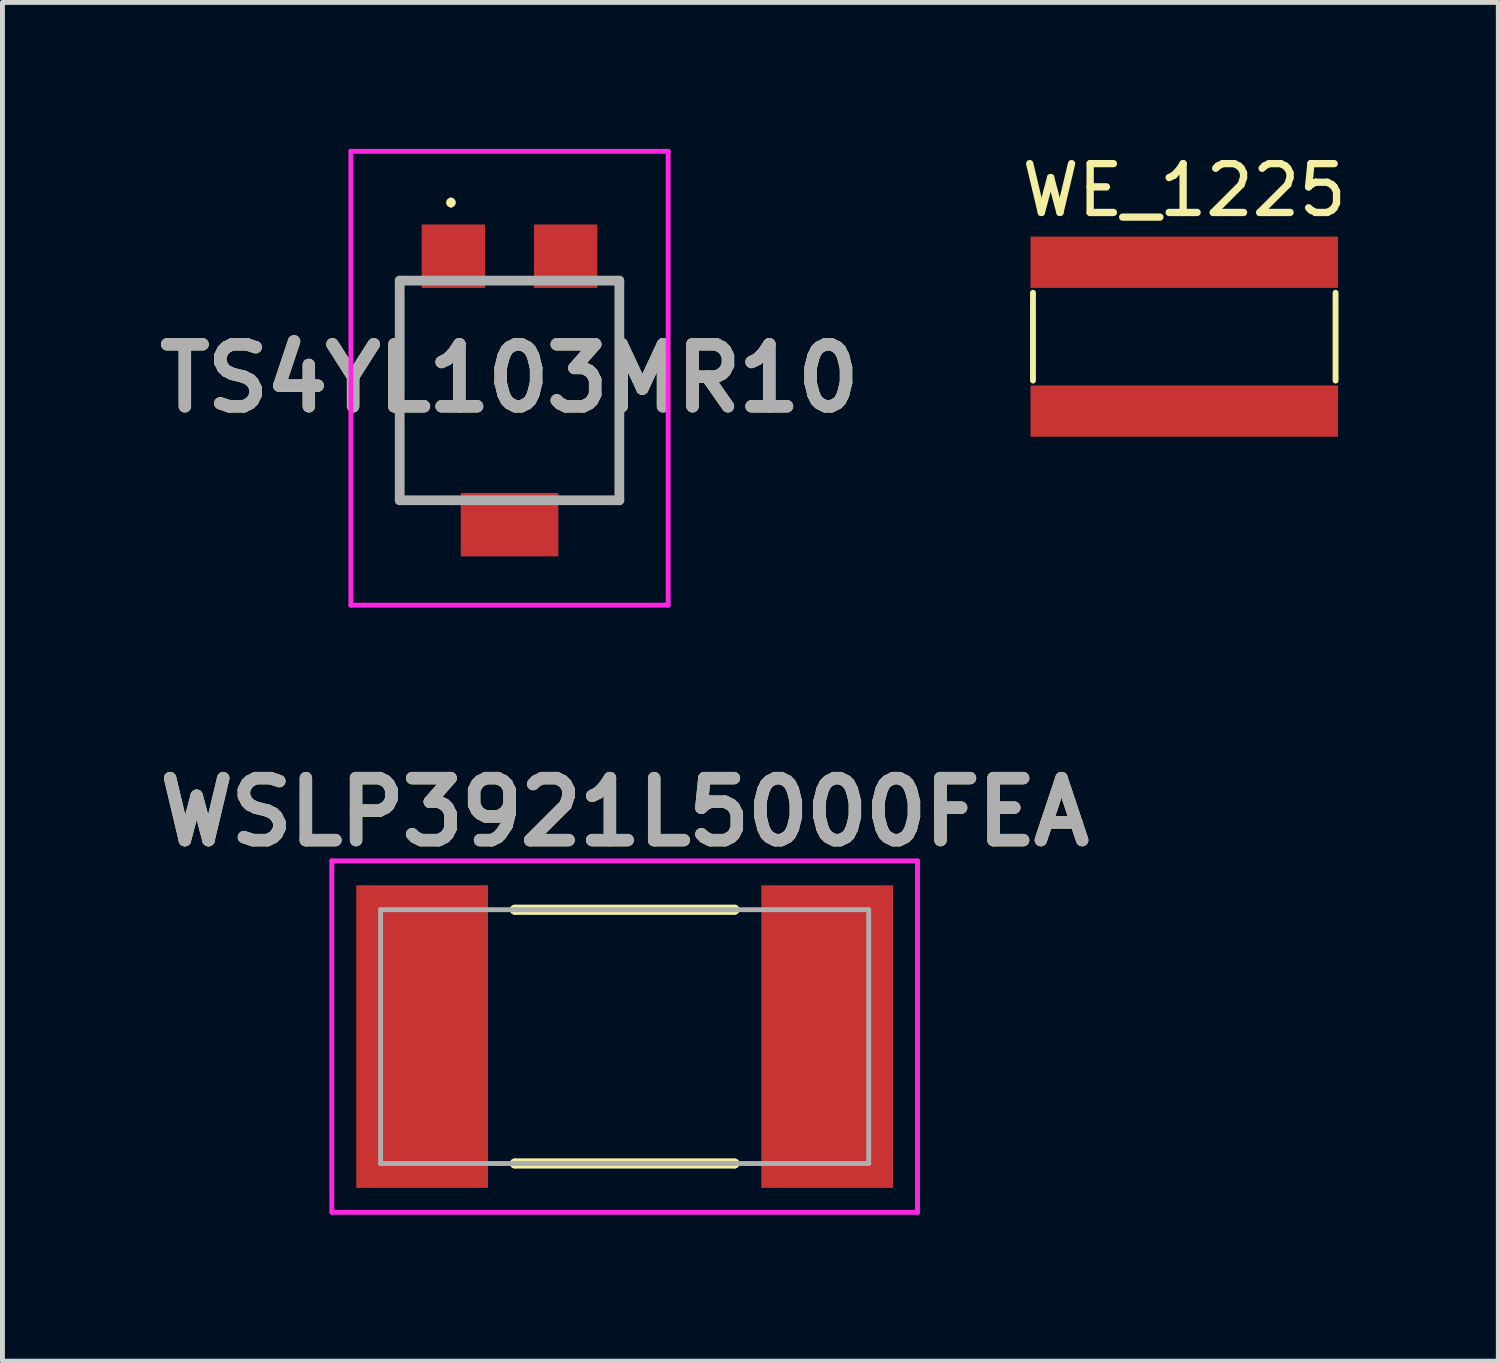
<source format=kicad_pcb>
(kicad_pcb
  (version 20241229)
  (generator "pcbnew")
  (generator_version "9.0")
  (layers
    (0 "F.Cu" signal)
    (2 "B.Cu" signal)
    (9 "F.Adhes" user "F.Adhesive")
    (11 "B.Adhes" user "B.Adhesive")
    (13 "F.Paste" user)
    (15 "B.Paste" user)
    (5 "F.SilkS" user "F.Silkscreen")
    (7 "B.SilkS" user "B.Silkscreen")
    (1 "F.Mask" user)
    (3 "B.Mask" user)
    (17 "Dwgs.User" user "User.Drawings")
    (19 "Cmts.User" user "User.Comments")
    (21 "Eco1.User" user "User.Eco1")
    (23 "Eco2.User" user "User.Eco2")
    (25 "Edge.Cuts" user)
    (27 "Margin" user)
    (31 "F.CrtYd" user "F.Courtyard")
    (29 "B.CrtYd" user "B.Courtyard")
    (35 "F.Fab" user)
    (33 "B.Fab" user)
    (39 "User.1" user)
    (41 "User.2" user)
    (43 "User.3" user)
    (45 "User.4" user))
  (footprint "WE_1225"
    (layer "F.Cu")
    (at 21.215 3.848)
    (property "Reference" "WE_1225" (at 0 -3 0) (unlocked yes) (layer "F.SilkS") (effects (font (size 1 1) (thickness 0.15))))
    (attr smd)
    (fp_line (start -3.1 0.9) (end -3.1 -0.9) (stroke (width 0.12) (type solid)) (layer "F.SilkS"))
    (fp_line (start 3.1 0.9) (end 3.1 -0.9) (stroke (width 0.12) (type solid)) (layer "F.SilkS"))
    (pad "1" smd rect (at 0 -1.525) (size 6.3 1.05) (layers "F.Cu" "F.Mask" "F.Paste"))
    (pad "2" smd rect (at 0 1.525) (size 6.3 1.05) (layers "F.Cu" "F.Mask" "F.Paste")))
  (footprint "WSLP3921L5000FEA"
    (layer "F.Cu")
    (at 9.749 18.189)
    (property "Reference" "WSLP3921L5000FEA" (at 0 -4.6 0) (layer "F.SilkS") (effects (font (size 1.27 1.27) (thickness 0.254))))
    (attr smd)
    (fp_line (start -2.25 -2.6) (end -2.25 -2.6) (stroke (width 0.2) (type solid)) (layer "F.SilkS"))
    (fp_line (start -2.25 -2.6) (end 2.25 -2.6) (stroke (width 0.2) (type solid)) (layer "F.SilkS"))
    (fp_line (start -2.25 2.6) (end -2.25 2.6) (stroke (width 0.2) (type solid)) (layer "F.SilkS"))
    (fp_line (start -2.25 2.6) (end 2.25 2.6) (stroke (width 0.2) (type solid)) (layer "F.SilkS"))
    (fp_line (start 2.25 -2.6) (end -2.25 -2.6) (stroke (width 0.2) (type solid)) (layer "F.SilkS"))
    (fp_line (start 2.25 -2.6) (end 2.25 -2.6) (stroke (width 0.2) (type solid)) (layer "F.SilkS"))
    (fp_line (start 2.25 2.6) (end -2.25 2.6) (stroke (width 0.2) (type solid)) (layer "F.SilkS"))
    (fp_line (start 2.25 2.6) (end 2.25 2.6) (stroke (width 0.2) (type solid)) (layer "F.SilkS"))
    (fp_line (start -6 -3.6) (end 6 -3.6) (stroke (width 0.1) (type solid)) (layer "F.CrtYd"))
    (fp_line (start -6 3.6) (end -6 -3.6) (stroke (width 0.1) (type solid)) (layer "F.CrtYd"))
    (fp_line (start 6 -3.6) (end 6 3.6) (stroke (width 0.1) (type solid)) (layer "F.CrtYd"))
    (fp_line (start 6 3.6) (end -6 3.6) (stroke (width 0.1) (type solid)) (layer "F.CrtYd"))
    (fp_line (start -5 -2.6) (end -5 2.6) (stroke (width 0.1) (type solid)) (layer "F.Fab"))
    (fp_line (start -5 2.6) (end 5 2.6) (stroke (width 0.1) (type solid)) (layer "F.Fab"))
    (fp_line (start 5 -2.6) (end -5 -2.6) (stroke (width 0.1) (type solid)) (layer "F.Fab"))
    (fp_line (start 5 2.6) (end 5 -2.6) (stroke (width 0.1) (type solid)) (layer "F.Fab"))
    (fp_text user "${REFERENCE}" (at 0 -4.6 0) (layer "F.Fab") (effects (font (size 1.27 1.27) (thickness 0.254))))
    (pad "1" smd rect (at -4.15 0) (size 2.7 6.2) (layers "F.Cu" "F.Mask" "F.Paste"))
    (pad "2" smd rect (at 4.15 0) (size 2.7 6.2) (layers "F.Cu" "F.Mask" "F.Paste")))
  (footprint "TS4YL103MR10"
    (layer "F.Cu")
    (at 7.39 4.95)
    (property "Reference" "TS4YL103MR10" (at 0 -0.25 0) (layer "F.SilkS") (effects (font (size 1.27 1.27) (thickness 0.254))))
    (attr smd)
    (fp_line (start -2.25 2) (end -2.25 -2) (stroke (width 0.1) (type solid)) (layer "F.SilkS"))
    (fp_line (start -1.2 -3.9) (end -1.2 -3.9) (stroke (width 0.1) (type solid)) (layer "F.SilkS"))
    (fp_line (start -1.2 -3.8) (end -1.2 -3.8) (stroke (width 0.1) (type solid)) (layer "F.SilkS"))
    (fp_line (start 2.25 2) (end 2.25 -1.6) (stroke (width 0.1) (type solid)) (layer "F.SilkS"))
    (fp_arc (start -1.2 -3.9) (mid -1.15 -3.85) (end -1.2 -3.8) (stroke (width 0.1) (type solid)) (layer "F.SilkS"))
    (fp_arc (start -1.2 -3.8) (mid -1.25 -3.85) (end -1.2 -3.9) (stroke (width 0.1) (type solid)) (layer "F.SilkS"))
    (fp_line (start -3.25 -4.9) (end 3.25 -4.9) (stroke (width 0.1) (type solid)) (layer "F.CrtYd"))
    (fp_line (start -3.25 4.4) (end -3.25 -4.9) (stroke (width 0.1) (type solid)) (layer "F.CrtYd"))
    (fp_line (start 3.25 -4.9) (end 3.25 4.4) (stroke (width 0.1) (type solid)) (layer "F.CrtYd"))
    (fp_line (start 3.25 4.4) (end -3.25 4.4) (stroke (width 0.1) (type solid)) (layer "F.CrtYd"))
    (fp_line (start -2.25 -2.25) (end 2.25 -2.25) (stroke (width 0.2) (type solid)) (layer "F.Fab"))
    (fp_line (start -2.25 2.25) (end -2.25 -2.25) (stroke (width 0.2) (type solid)) (layer "F.Fab"))
    (fp_line (start 2.25 -2.25) (end 2.25 2.25) (stroke (width 0.2) (type solid)) (layer "F.Fab"))
    (fp_line (start 2.25 2.25) (end -2.25 2.25) (stroke (width 0.2) (type solid)) (layer "F.Fab"))
    (fp_text user "${REFERENCE}" (at 0 -0.25 0) (layer "F.Fab") (effects (font (size 1.27 1.27) (thickness 0.254))))
    (pad "1" smd rect (at -1.15 -2.75) (size 1.3 1.3) (layers "F.Cu" "F.Mask" "F.Paste"))
    (pad "2" smd rect (at 1.15 -2.75) (size 1.3 1.3) (layers "F.Cu" "F.Mask" "F.Paste"))
    (pad "3" smd rect (at 0 2.75 90) (size 1.3 2) (layers "F.Cu" "F.Mask" "F.Paste")))
  (gr_rect
    (start -3 -3)
    (end 27.649 24.839)
    (stroke (width 0.1) (type default))
    (fill no)
    (layer "Edge.Cuts")))
</source>
